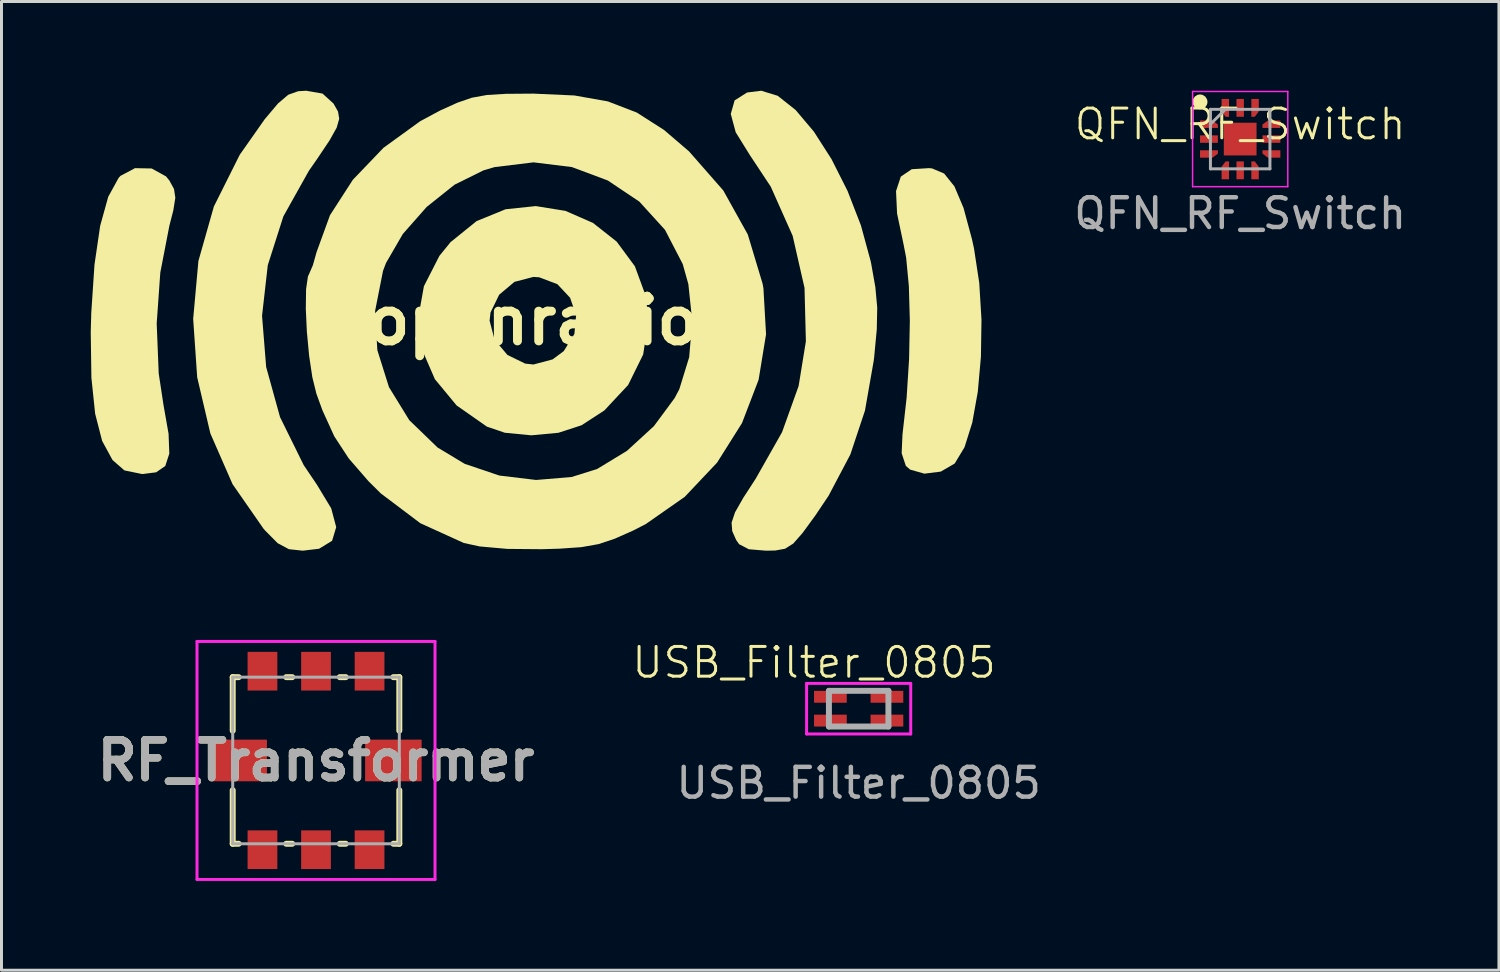
<source format=kicad_pcb>
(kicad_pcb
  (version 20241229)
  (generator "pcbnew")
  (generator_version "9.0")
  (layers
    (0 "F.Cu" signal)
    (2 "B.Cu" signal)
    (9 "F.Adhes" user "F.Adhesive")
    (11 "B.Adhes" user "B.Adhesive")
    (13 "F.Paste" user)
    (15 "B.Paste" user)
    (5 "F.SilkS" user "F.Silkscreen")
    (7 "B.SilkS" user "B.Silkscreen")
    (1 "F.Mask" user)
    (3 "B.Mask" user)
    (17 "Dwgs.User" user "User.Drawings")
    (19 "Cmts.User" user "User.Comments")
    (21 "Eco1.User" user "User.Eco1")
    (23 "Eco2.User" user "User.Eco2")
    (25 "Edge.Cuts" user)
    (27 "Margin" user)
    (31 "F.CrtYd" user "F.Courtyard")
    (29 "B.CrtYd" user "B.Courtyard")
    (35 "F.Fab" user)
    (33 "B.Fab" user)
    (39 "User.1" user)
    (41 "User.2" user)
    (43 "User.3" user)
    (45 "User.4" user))
  (footprint "USB_Filter_0805"
    (layer "F.Cu")
    (at 25.812 20.771)
    (property "Reference" "USB_Filter_0805" (at -1.5 -1.55 0) (unlocked yes) (layer "F.SilkS") (effects (font (size 1 1) (thickness 0.1))))
    (attr smd)
    (fp_line (start -1.75 -0.85) (end 1.75 -0.85) (stroke (width 0.1) (type solid)) (layer "F.CrtYd"))
    (fp_line (start -1.75 0.85) (end -1.75 -0.85) (stroke (width 0.1) (type solid)) (layer "F.CrtYd"))
    (fp_line (start 1.75 -0.85) (end 1.75 0.85) (stroke (width 0.1) (type solid)) (layer "F.CrtYd"))
    (fp_line (start 1.75 0.85) (end -1.75 0.85) (stroke (width 0.1) (type solid)) (layer "F.CrtYd"))
    (fp_line (start -1 -0.6) (end 1 -0.6) (stroke (width 0.2) (type solid)) (layer "F.Fab"))
    (fp_line (start -1 0.6) (end -1 -0.6) (stroke (width 0.2) (type solid)) (layer "F.Fab"))
    (fp_line (start 1 -0.6) (end 1 0.6) (stroke (width 0.2) (type solid)) (layer "F.Fab"))
    (fp_line (start 1 0.6) (end -1 0.6) (stroke (width 0.2) (type solid)) (layer "F.Fab"))
    (fp_text user "${REFERENCE}" (at 0 2.5 0) (unlocked yes) (layer "F.Fab") (effects (font (size 1 1) (thickness 0.15))))
    (pad "1" smd rect (at -0.95 0.4 90) (size 0.4 1.1) (layers "F.Cu" "F.Mask" "F.Paste"))
    (pad "2" smd rect (at 0.95 0.4 90) (size 0.4 1.1) (layers "F.Cu" "F.Mask" "F.Paste"))
    (pad "3" smd rect (at -0.95 -0.4 90) (size 0.4 1.1) (layers "F.Cu" "F.Mask" "F.Paste"))
    (pad "4" smd rect (at 0.95 -0.4 90) (size 0.4 1.1) (layers "F.Cu" "F.Mask" "F.Paste")))
  (footprint "RF_Transformer"
    (layer "F.Cu")
    (at 7.572 22.511)
    (property "Reference" "RF_Transformer" (at 0 0 0) (layer "F.SilkS") (effects (font (size 1.27 1.27) (thickness 0.254))))
    (attr smd)
    (fp_line (start -2.8 -2.8) (end -2.8 -1) (stroke (width 0.2) (type solid)) (layer "F.SilkS"))
    (fp_line (start -2.8 1) (end -2.8 2.8) (stroke (width 0.2) (type solid)) (layer "F.SilkS"))
    (fp_line (start -2.8 2.8) (end -2.6 2.8) (stroke (width 0.2) (type solid)) (layer "F.SilkS"))
    (fp_line (start -2.6 -2.8) (end -2.8 -2.8) (stroke (width 0.2) (type solid)) (layer "F.SilkS"))
    (fp_line (start -1 -2.8) (end -0.8 -2.8) (stroke (width 0.2) (type solid)) (layer "F.SilkS"))
    (fp_line (start -1 2.8) (end -0.8 2.8) (stroke (width 0.2) (type solid)) (layer "F.SilkS"))
    (fp_line (start 0.8 -2.8) (end 1 -2.8) (stroke (width 0.2) (type solid)) (layer "F.SilkS"))
    (fp_line (start 0.8 2.8) (end 1 2.8) (stroke (width 0.2) (type solid)) (layer "F.SilkS"))
    (fp_line (start 2.6 2.8) (end 2.8 2.8) (stroke (width 0.2) (type solid)) (layer "F.SilkS"))
    (fp_line (start 2.8 -2.8) (end 2.6 -2.8) (stroke (width 0.2) (type solid)) (layer "F.SilkS"))
    (fp_line (start 2.8 -1) (end 2.8 -2.8) (stroke (width 0.2) (type solid)) (layer "F.SilkS"))
    (fp_line (start 2.8 2.8) (end 2.8 1) (stroke (width 0.2) (type solid)) (layer "F.SilkS"))
    (fp_line (start -4 -4) (end 4 -4) (stroke (width 0.1) (type solid)) (layer "F.CrtYd"))
    (fp_line (start -4 4) (end -4 -4) (stroke (width 0.1) (type solid)) (layer "F.CrtYd"))
    (fp_line (start 4 -4) (end 4 4) (stroke (width 0.1) (type solid)) (layer "F.CrtYd"))
    (fp_line (start 4 4) (end -4 4) (stroke (width 0.1) (type solid)) (layer "F.CrtYd"))
    (fp_line (start -2.8 -2.8) (end -2.8 2.8) (stroke (width 0.1) (type solid)) (layer "F.Fab"))
    (fp_line (start -2.8 2.8) (end 2.8 2.8) (stroke (width 0.1) (type solid)) (layer "F.Fab"))
    (fp_line (start 2.8 -2.8) (end -2.8 -2.8) (stroke (width 0.1) (type solid)) (layer "F.Fab"))
    (fp_line (start 2.8 2.8) (end 2.8 -2.8) (stroke (width 0.1) (type solid)) (layer "F.Fab"))
    (fp_text user "${REFERENCE}" (at 0 0 0) (layer "F.Fab") (effects (font (size 1.27 1.27) (thickness 0.254))))
    (pad "1" smd rect (at -1.8 3) (size 1 1.3) (layers "F.Cu" "F.Mask" "F.Paste"))
    (pad "2" smd rect (at 0 3) (size 1 1.3) (layers "F.Cu" "F.Mask" "F.Paste"))
    (pad "3" smd rect (at 1.8 3) (size 1 1.3) (layers "F.Cu" "F.Mask" "F.Paste"))
    (pad "4" smd rect (at 1.8 -3) (size 1 1.3) (layers "F.Cu" "F.Mask" "F.Paste"))
    (pad "5" smd rect (at 0 -3) (size 1 1.3) (layers "F.Cu" "F.Mask" "F.Paste"))
    (pad "6" smd rect (at -1.8 -3) (size 1 1.3) (layers "F.Cu" "F.Mask" "F.Paste"))
    (pad "7" smd rect (at -2.6 0 90) (size 1.4 1.9) (layers "F.Cu" "F.Mask" "F.Paste"))
    (pad "8" smd rect (at 2.6 0 90) (size 1.4 1.9) (layers "F.Cu" "F.Mask" "F.Paste")))
  (footprint "openradio"
    (layer "F.Cu")
    (at 14.879 7.73)
    (property "Reference" "openradio" (at 0 0 0) (layer "F.SilkS") (effects (font (size 1.5 1.5) (thickness 0.3))))
    (attr board_only exclude_from_pos_files exclude_from_bom)
    (fp_poly (pts (xy -12.831 -5.117) (xy -12.349 -4.851) (xy -12.234 -4.71) (xy -12.08 -4.427) (xy -12.036 -4.134) (xy -12.103 -3.709) (xy -12.236 -3.192) (xy -12.541 -1.617) (xy -12.662 0.093) (xy -12.594 1.774) (xy -12.433 2.836) (xy -12.263 3.8) (xy -12.238 4.466) (xy -12.373 4.883) (xy -12.681 5.096) (xy -13.153 5.154) (xy -13.749 5.031) (xy -14.148 4.682) (xy -14.496 4.04) (xy -14.731 3.126) (xy -14.857 1.916) (xy -14.879 0.385) (xy -14.861 -0.265) (xy -14.753 -1.884) (xy -14.562 -3.19) (xy -14.291 -4.166) (xy -13.943 -4.799) (xy -13.879 -4.869) (xy -13.391 -5.128)) (stroke (width 0) (type solid)) (fill yes) (layer "F.SilkS"))
    (fp_poly (pts (xy 13.399 -5.119) (xy 13.804 -4.949) (xy 14.151 -4.517) (xy 14.458 -3.791) (xy 14.742 -2.739) (xy 14.81 -2.427) (xy 14.986 -1.274) (xy 15.061 -0.039) (xy 15.043 1.205) (xy 14.938 2.384) (xy 14.752 3.424) (xy 14.492 4.251) (xy 14.166 4.792) (xy 14.153 4.805) (xy 13.692 5.072) (xy 13.143 5.141) (xy 12.664 5.005) (xy 12.519 4.881) (xy 12.378 4.454) (xy 12.406 3.823) (xy 12.545 2.588) (xy 12.628 1.282) (xy 12.653 -0.001) (xy 12.62 -1.166) (xy 12.529 -2.119) (xy 12.445 -2.552) (xy 12.224 -3.602) (xy 12.189 -4.357) (xy 12.35 -4.844) (xy 12.717 -5.092) (xy 13.3 -5.129)) (stroke (width 0) (type solid)) (fill yes) (layer "F.SilkS"))
    (fp_poly (pts (xy -7.089 -7.635) (xy -6.724 -7.304) (xy -6.709 -7.283) (xy -6.567 -7.03) (xy -6.527 -6.789) (xy -6.612 -6.489) (xy -6.851 -6.062) (xy -7.267 -5.441) (xy -7.546 -5.04) (xy -8.404 -3.508) (xy -8.928 -1.867) (xy -9.121 -0.165) (xy -8.983 1.553) (xy -8.516 3.241) (xy -7.721 4.853) (xy -7.272 5.519) (xy -6.796 6.307) (xy -6.628 6.939) (xy -6.766 7.397) (xy -7.204 7.665) (xy -7.753 7.73) (xy -8.218 7.68) (xy -8.596 7.478) (xy -9.022 7.048) (xy -9.075 6.986) (xy -10.113 5.493) (xy -10.858 3.79) (xy -11.301 1.901) (xy -11.436 -0.06) (xy -11.26 -2.008) (xy -10.74 -3.84) (xy -9.871 -5.577) (xy -9.03 -6.774) (xy -8.583 -7.304) (xy -8.241 -7.595) (xy -7.906 -7.714) (xy -7.638 -7.73)) (stroke (width 0) (type solid)) (fill yes) (layer "F.SilkS"))
    (fp_poly (pts (xy 8.212 -7.56) (xy 8.813 -7.084) (xy 9.427 -6.357) (xy 10.02 -5.432) (xy 10.559 -4.363) (xy 11.009 -3.204) (xy 11.335 -2.008) (xy 11.351 -1.933) (xy 11.494 -1.129) (xy 11.557 -0.439) (xy 11.542 0.292) (xy 11.455 1.215) (xy 11.441 1.333) (xy 11.145 3.021) (xy 10.654 4.496) (xy 9.922 5.883) (xy 9.478 6.545) (xy 9.045 7.138) (xy 8.734 7.491) (xy 8.458 7.665) (xy 8.13 7.724) (xy 7.82 7.73) (xy 7.241 7.682) (xy 6.916 7.513) (xy 6.817 7.374) (xy 6.683 7.072) (xy 6.661 6.789) (xy 6.777 6.441) (xy 7.057 5.949) (xy 7.468 5.317) (xy 8.358 3.747) (xy 8.915 2.194) (xy 9.159 0.693) (xy 9.113 -1.104) (xy 8.714 -2.854) (xy 7.978 -4.506) (xy 7.268 -5.579) (xy 6.801 -6.332) (xy 6.634 -6.95) (xy 6.763 -7.405) (xy 7.183 -7.671) (xy 7.66 -7.73)) (stroke (width 0) (type solid)) (fill yes) (layer "F.SilkS"))
    (fp_poly (pts (xy 1.077 -3.692) (xy 2.003 -3.287) (xy 2.799 -2.659) (xy 3.411 -1.83) (xy 3.78 -0.824) (xy 3.865 0) (xy 3.689 1.137) (xy 3.184 2.161) (xy 2.384 3.017) (xy 1.618 3.514) (xy 0.841 3.767) (xy -0.072 3.852) (xy -0.959 3.766) (xy -1.564 3.56) (xy -2.581 2.848) (xy -3.311 1.966) (xy -3.745 0.967) (xy -3.86 0) (xy -1.472 0) (xy -1.306 0.637) (xy -0.873 1.151) (xy -0.275 1.442) (xy 0 1.472) (xy 0.646 1.3) (xy 1.021 1.021) (xy 1.378 0.444) (xy 1.436 -0.184) (xy 1.233 -0.772) (xy 0.806 -1.228) (xy 0.193 -1.46) (xy 0 -1.472) (xy -0.637 -1.306) (xy -1.151 -0.873) (xy -1.442 -0.275) (xy -1.472 0) (xy -3.86 0) (xy -3.872 -0.093) (xy -3.68 -1.16) (xy -3.16 -2.179) (xy -2.786 -2.64) (xy -1.909 -3.349) (xy -0.935 -3.746) (xy 0.079 -3.853)) (stroke (width 0) (type solid)) (fill yes) (layer "F.SilkS"))
    (fp_poly (pts (xy 0 -7.633) (xy 1.378 -7.571) (xy 2.502 -7.372) (xy 3.473 -6.998) (xy 4.389 -6.413) (xy 5.23 -5.693) (xy 6.382 -4.379) (xy 7.206 -2.899) (xy 7.702 -1.251) (xy 7.732 -1.089) (xy 7.82 0.457) (xy 7.57 1.984) (xy 7.012 3.44) (xy 6.175 4.769) (xy 5.088 5.919) (xy 3.779 6.834) (xy 3.357 7.051) (xy 2.726 7.331) (xy 2.185 7.51) (xy 1.607 7.612) (xy 0.866 7.663) (xy 0.276 7.68) (xy -0.877 7.67) (xy -1.806 7.587) (xy -2.34 7.471) (xy -3.799 6.808) (xy -5.127 5.807) (xy -5.542 5.396) (xy -6.209 4.627) (xy -6.694 3.884) (xy -7.091 3.012) (xy -7.294 2.453) (xy -7.43 1.902) (xy -7.539 1.175) (xy -7.614 0.372) (xy -7.647 -0.333) (xy -5.32 -0.333) (xy -5.246 0.988) (xy -4.855 2.232) (xy -4.172 3.343) (xy -3.221 4.262) (xy -2.309 4.811) (xy -1.146 5.204) (xy 0.092 5.353) (xy 1.285 5.253) (xy 2.142 4.984) (xy 3.142 4.376) (xy 4.051 3.543) (xy 4.748 2.6) (xy 4.905 2.301) (xy 5.236 1.227) (xy 5.338 0.004) (xy 5.209 -1.227) (xy 5.02 -1.903) (xy 4.423 -3.055) (xy 3.562 -4.002) (xy 2.499 -4.714) (xy 1.294 -5.164) (xy 0.005 -5.323) (xy -1.306 -5.163) (xy -1.675 -5.055) (xy -2.65 -4.572) (xy -3.587 -3.825) (xy -4.389 -2.915) (xy -4.954 -1.941) (xy -5.055 -1.675) (xy -5.32 -0.333) (xy -7.647 -0.333) (xy -7.65 -0.407) (xy -7.641 -1.06) (xy -7.579 -1.486) (xy -7.543 -1.564) (xy -7.412 -1.866) (xy -7.29 -2.301) (xy -6.837 -3.547) (xy -6.068 -4.738) (xy -5.038 -5.813) (xy -3.798 -6.711) (xy -3.129 -7.068) (xy -2.553 -7.329) (xy -2.07 -7.495) (xy -1.564 -7.587) (xy -0.923 -7.626) (xy -0.031 -7.633)) (stroke (width 0) (type solid)) (fill yes) (layer "F.SilkS")))
  (footprint "QFN_RF_Switch"
    (layer "F.Cu")
    (at 38.636 1.625)
    (property "Reference" "QFN_RF_Switch" (at 0 -0.5 0) (unlocked yes) (layer "F.SilkS") (effects (font (size 1 1) (thickness 0.1))))
    (attr smd)
    (fp_circle (center -1.35 -1.25) (end -1.35 -1.125) (stroke (width 0.25) (type solid)) (fill no) (layer "F.SilkS"))
    (fp_line (start -1.6 -1.6) (end 1.6 -1.6) (stroke (width 0.05) (type solid)) (layer "F.CrtYd"))
    (fp_line (start -1.6 1.6) (end -1.6 -1.6) (stroke (width 0.05) (type solid)) (layer "F.CrtYd"))
    (fp_line (start 1.6 -1.6) (end 1.6 1.6) (stroke (width 0.05) (type solid)) (layer "F.CrtYd"))
    (fp_line (start 1.6 1.6) (end -1.6 1.6) (stroke (width 0.05) (type solid)) (layer "F.CrtYd"))
    (fp_line (start -1 -1) (end 1 -1) (stroke (width 0.1) (type solid)) (layer "F.Fab"))
    (fp_line (start -1 -0.5) (end -0.5 -1) (stroke (width 0.1) (type solid)) (layer "F.Fab"))
    (fp_line (start -1 1) (end -1 -1) (stroke (width 0.1) (type solid)) (layer "F.Fab"))
    (fp_line (start 1 -1) (end 1 1) (stroke (width 0.1) (type solid)) (layer "F.Fab"))
    (fp_line (start 1 1) (end -1 1) (stroke (width 0.1) (type solid)) (layer "F.Fab"))
    (fp_text user "${REFERENCE}" (at 0 2.5 0) (unlocked yes) (layer "F.Fab") (effects (font (size 1 1) (thickness 0.15))))
    (pad "1" smd custom (at -1.147 -0.5) (size 0.405 0.25) (layers "F.Cu" "F.Mask" "F.Paste") (options (anchor rect)) (primitives (gr_poly (pts (xy -0.203 -0.125) (xy -0.203 0.125) (xy 0.398 0.125) (xy 0.398 0.01) (xy 0.217 -0.125)) (width 0) (fill yes))))
    (pad "2" smd rect (at -1.05 0 90) (size 0.25 0.6) (layers "F.Cu" "F.Mask" "F.Paste"))
    (pad "3" smd custom (at -1.147 0.5) (size 0.405 0.25) (layers "F.Cu" "F.Mask" "F.Paste") (options (anchor rect)) (primitives (gr_poly (pts (xy -0.203 0.125) (xy -0.203 -0.125) (xy 0.398 -0.125) (xy 0.398 -0.01) (xy 0.217 0.125)) (width 0) (fill yes))))
    (pad "4" smd custom (at -0.5 1.147 90) (size 0.405 0.25) (layers "F.Cu" "F.Mask" "F.Paste") (options (anchor rect)) (primitives (gr_poly (pts (xy -0.203 -0.125) (xy -0.203 0.125) (xy 0.398 0.125) (xy 0.398 0.01) (xy 0.217 -0.125)) (width 0) (fill yes))))
    (pad "5" smd rect (at 0 1.05) (size 0.25 0.6) (layers "F.Cu" "F.Mask" "F.Paste"))
    (pad "6" smd custom (at 0.5 1.147 270) (size 0.405 0.25) (layers "F.Cu" "F.Mask" "F.Paste") (options (anchor rect)) (primitives (gr_poly (pts (xy 0.203 -0.125) (xy 0.203 0.125) (xy -0.398 0.125) (xy -0.398 0.01) (xy -0.217 -0.125)) (width 0) (fill yes))))
    (pad "7" smd custom (at 1.147 0.5 180) (size 0.405 0.25) (layers "F.Cu" "F.Mask" "F.Paste") (options (anchor rect)) (primitives (gr_poly (pts (xy -0.203 -0.125) (xy -0.203 0.125) (xy 0.398 0.125) (xy 0.398 0.01) (xy 0.217 -0.125)) (width 0) (fill yes))))
    (pad "8" smd rect (at 1.05 0 90) (size 0.25 0.6) (layers "F.Cu" "F.Mask" "F.Paste"))
    (pad "9" smd custom (at 1.147 -0.5 180) (size 0.405 0.25) (layers "F.Cu" "F.Mask" "F.Paste") (options (anchor rect)) (primitives (gr_poly (pts (xy -0.203 0.125) (xy -0.203 -0.125) (xy 0.398 -0.125) (xy 0.398 -0.01) (xy 0.217 0.125)) (width 0) (fill yes))))
    (pad "10" smd custom (at 0.5 -1.147 270) (size 0.405 0.25) (layers "F.Cu" "F.Mask" "F.Paste") (options (anchor rect)) (primitives (gr_poly (pts (xy -0.203 -0.125) (xy -0.203 0.125) (xy 0.398 0.125) (xy 0.398 0.01) (xy 0.217 -0.125)) (width 0) (fill yes))))
    (pad "11" smd rect (at 0 -1.05) (size 0.25 0.6) (layers "F.Cu" "F.Mask" "F.Paste"))
    (pad "12" smd custom (at -0.5 -1.147 90) (size 0.405 0.25) (layers "F.Cu" "F.Mask" "F.Paste") (options (anchor rect)) (primitives (gr_poly (pts (xy 0.203 -0.125) (xy 0.203 0.125) (xy -0.398 0.125) (xy -0.398 0.01) (xy -0.217 -0.125)) (width 0) (fill yes))))
    (pad "13" smd rect (at 0 0) (size 1.1 1.1) (layers "F.Cu" "F.Mask" "F.Paste")))
  (gr_rect
    (start -3 -3)
    (end 47.333 29.561)
    (stroke (width 0.1) (type default))
    (fill no)
    (layer "Edge.Cuts")))
</source>
